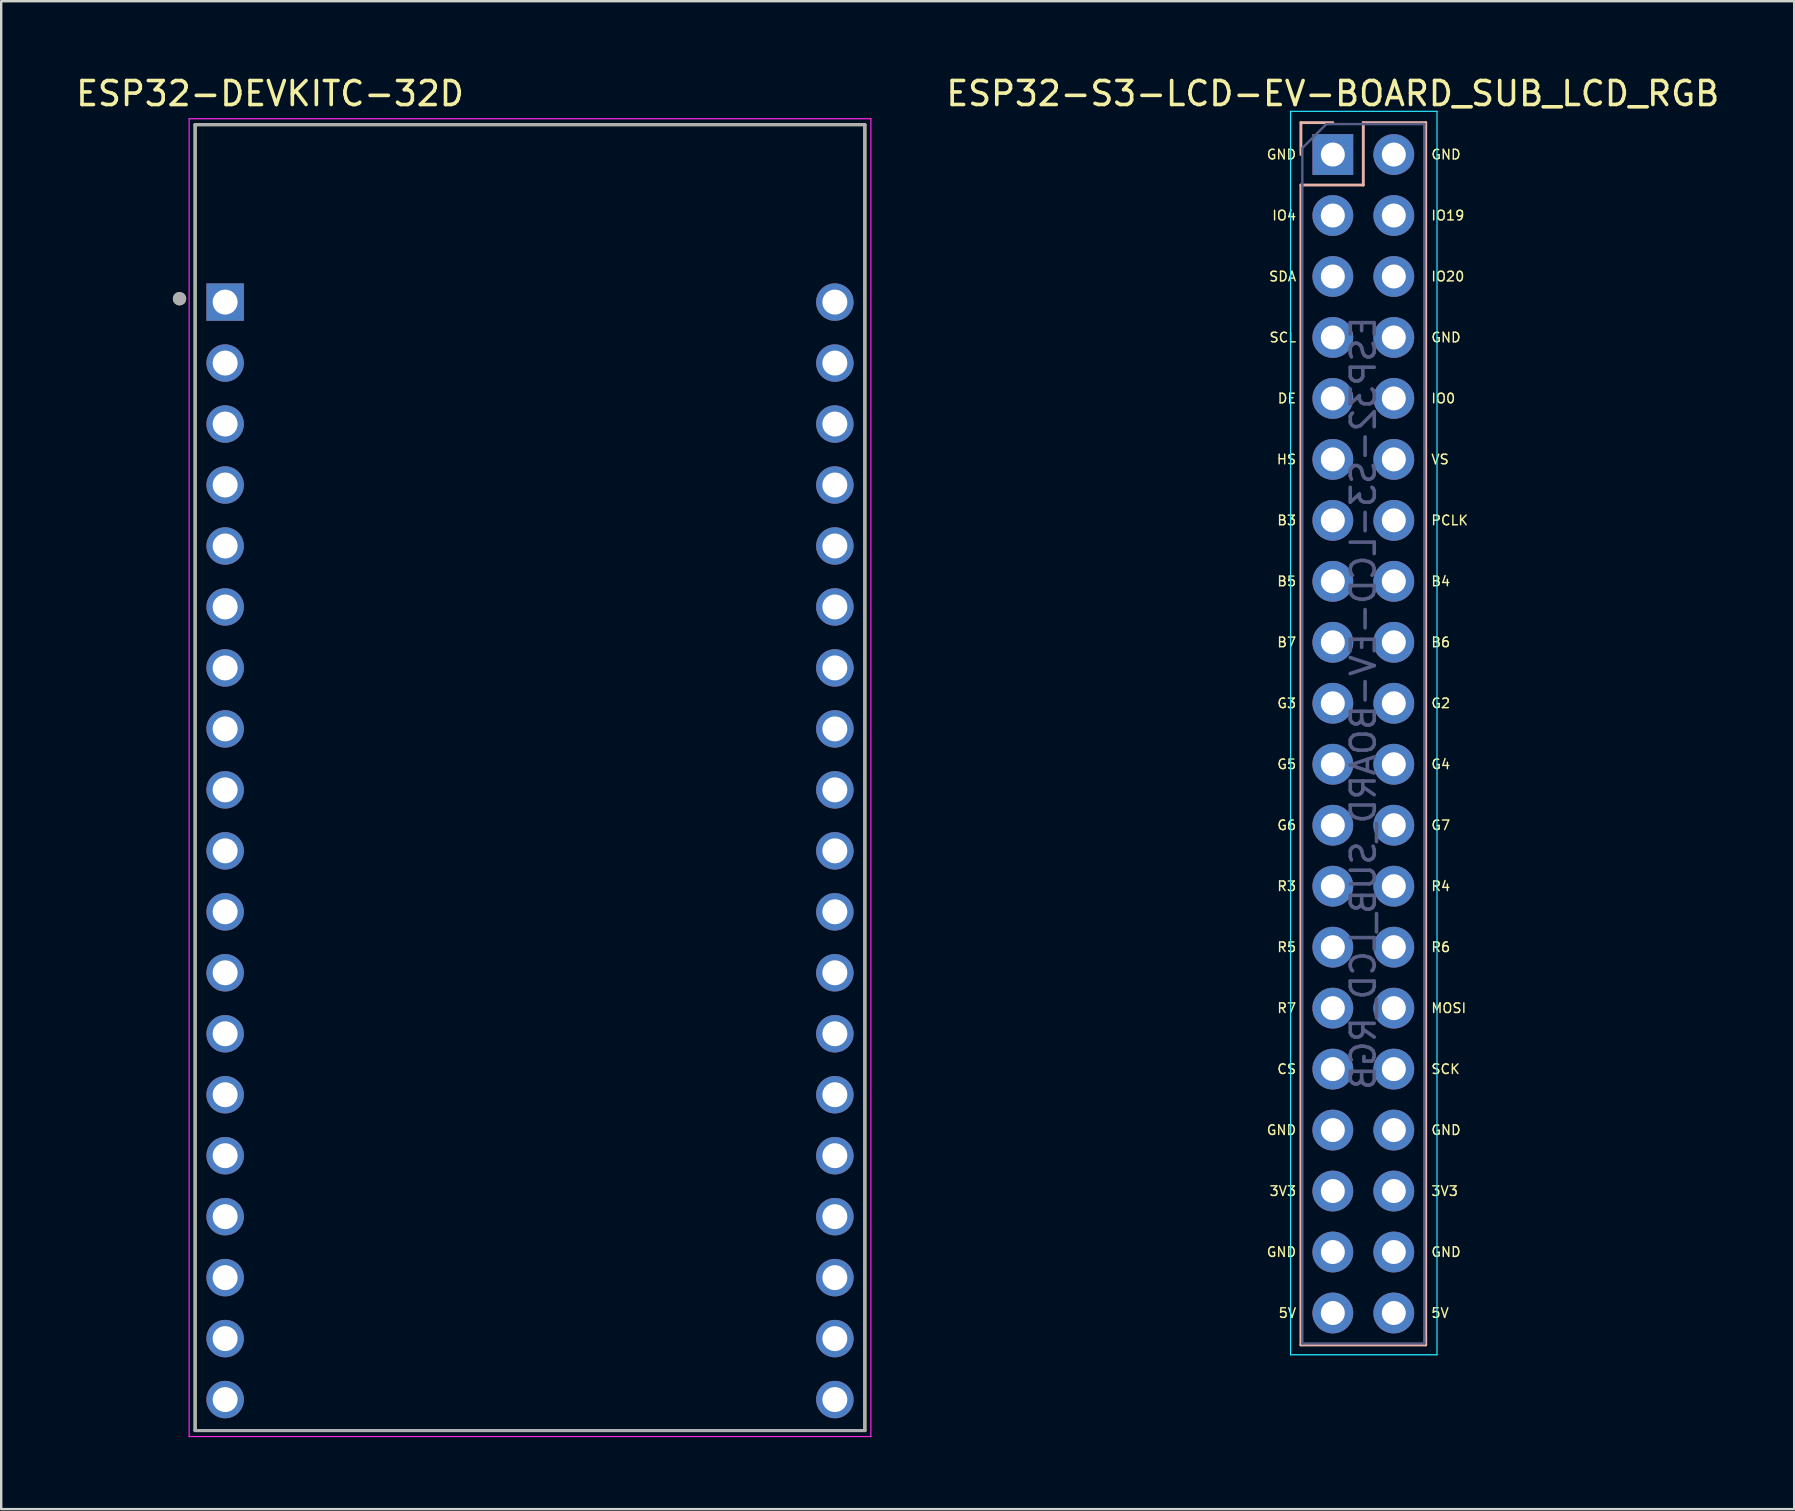
<source format=kicad_pcb>
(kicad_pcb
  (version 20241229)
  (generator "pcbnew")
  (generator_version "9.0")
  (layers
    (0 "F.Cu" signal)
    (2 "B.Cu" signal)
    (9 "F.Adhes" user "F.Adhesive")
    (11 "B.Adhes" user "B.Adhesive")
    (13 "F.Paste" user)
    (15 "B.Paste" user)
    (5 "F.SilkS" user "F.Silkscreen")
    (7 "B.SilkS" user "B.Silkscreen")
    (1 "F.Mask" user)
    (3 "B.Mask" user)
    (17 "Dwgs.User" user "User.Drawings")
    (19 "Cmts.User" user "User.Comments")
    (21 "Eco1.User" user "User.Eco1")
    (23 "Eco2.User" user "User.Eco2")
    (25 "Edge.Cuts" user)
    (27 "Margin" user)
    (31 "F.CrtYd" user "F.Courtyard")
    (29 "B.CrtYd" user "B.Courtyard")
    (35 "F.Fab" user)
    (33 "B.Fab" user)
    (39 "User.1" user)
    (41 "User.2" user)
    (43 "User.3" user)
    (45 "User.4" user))
  (footprint "ESP32-S3-LCD-EV-BOARD_SUB_LCD_RGB"
    (layer "F.Cu")
    (at 52.474 3.388)
    (property "Reference" "ESP32-S3-LCD-EV-BOARD_SUB_LCD_RGB" (at 0 -2.54 0) (unlocked yes) (layer "F.SilkS") (effects (font (size 1 1) (thickness 0.15))))
    (attr through_hole)
    (fp_line (start -1.33 -1.33) (end -1.33 0) (stroke (width 0.12) (type solid)) (layer "B.SilkS"))
    (fp_line (start -1.33 1.27) (end -1.33 49.59) (stroke (width 0.12) (type solid)) (layer "B.SilkS"))
    (fp_line (start 0 -1.33) (end -1.33 -1.33) (stroke (width 0.12) (type solid)) (layer "B.SilkS"))
    (fp_line (start 1.27 -1.33) (end 1.27 1.27) (stroke (width 0.12) (type solid)) (layer "B.SilkS"))
    (fp_line (start 1.27 1.27) (end -1.33 1.27) (stroke (width 0.12) (type solid)) (layer "B.SilkS"))
    (fp_line (start 3.87 -1.33) (end 1.27 -1.33) (stroke (width 0.12) (type solid)) (layer "B.SilkS"))
    (fp_line (start 3.87 -1.33) (end 3.87 49.59) (stroke (width 0.12) (type solid)) (layer "B.SilkS"))
    (fp_line (start 3.87 49.59) (end -1.33 49.59) (stroke (width 0.12) (type solid)) (layer "B.SilkS"))
    (fp_line (start -1.76 -1.8) (end -1.76 50) (stroke (width 0.05) (type solid)) (layer "B.CrtYd"))
    (fp_line (start -1.76 50) (end 4.34 50) (stroke (width 0.05) (type solid)) (layer "B.CrtYd"))
    (fp_line (start 4.34 -1.8) (end -1.76 -1.8) (stroke (width 0.05) (type solid)) (layer "B.CrtYd"))
    (fp_line (start 4.34 50) (end 4.34 -1.8) (stroke (width 0.05) (type solid)) (layer "B.CrtYd"))
    (fp_line (start -1.27 -0.27) (end -1.27 49.53) (stroke (width 0.1) (type solid)) (layer "B.Fab"))
    (fp_line (start -1.27 49.53) (end 3.81 49.53) (stroke (width 0.1) (type solid)) (layer "B.Fab"))
    (fp_line (start -0.27 -1.27) (end -1.27 -0.27) (stroke (width 0.1) (type solid)) (layer "B.Fab"))
    (fp_line (start 3.81 -1.27) (end -0.27 -1.27) (stroke (width 0.1) (type solid)) (layer "B.Fab"))
    (fp_line (start 3.81 49.53) (end 3.81 -1.27) (stroke (width 0.1) (type solid)) (layer "B.Fab"))
    (fp_text user "G6" (at -1.921 27.94 0) (unlocked yes) (layer "F.SilkS") (effects (font (size 0.4 0.4) (thickness 0.06))))
    (fp_text user "DE" (at -1.911 10.16 0) (unlocked yes) (layer "F.SilkS") (effects (font (size 0.4 0.4) (thickness 0.06))))
    (fp_text user "R3" (at -1.921 30.48 0) (unlocked yes) (layer "F.SilkS") (effects (font (size 0.4 0.4) (thickness 0.06))))
    (fp_text user "VS" (at 4.467 12.7 0) (unlocked yes) (layer "F.SilkS") (effects (font (size 0.4 0.4) (thickness 0.06))))
    (fp_text user "3V3" (at -2.083 43.18 0) (unlocked yes) (layer "F.SilkS") (effects (font (size 0.4 0.4) (thickness 0.06))))
    (fp_text user "R5" (at -1.921 33.02 0) (unlocked yes) (layer "F.SilkS") (effects (font (size 0.4 0.4) (thickness 0.06))))
    (fp_text user "G5" (at -1.921 25.4 0) (unlocked yes) (layer "F.SilkS") (effects (font (size 0.4 0.4) (thickness 0.06))))
    (fp_text user "GND" (at 4.715 0 0) (unlocked yes) (layer "F.SilkS") (effects (font (size 0.4 0.4) (thickness 0.06))))
    (fp_text user "5V" (at 4.467 48.26 0) (unlocked yes) (layer "F.SilkS") (effects (font (size 0.4 0.4) (thickness 0.06))))
    (fp_text user "G4" (at 4.496 25.4 0) (unlocked yes) (layer "F.SilkS") (effects (font (size 0.4 0.4) (thickness 0.06))))
    (fp_text user "HS" (at -1.93 12.7 0) (unlocked yes) (layer "F.SilkS") (effects (font (size 0.4 0.4) (thickness 0.06))))
    (fp_text user "GND" (at -2.14 0 0) (unlocked yes) (layer "F.SilkS") (effects (font (size 0.4 0.4) (thickness 0.06))))
    (fp_text user "GND" (at 4.715 45.72 0) (unlocked yes) (layer "F.SilkS") (effects (font (size 0.4 0.4) (thickness 0.06))))
    (fp_text user "SCK" (at 4.696 38.1 0) (unlocked yes) (layer "F.SilkS") (effects (font (size 0.4 0.4) (thickness 0.06))))
    (fp_text user "IO0" (at 4.601 10.16 0) (unlocked yes) (layer "F.SilkS") (effects (font (size 0.4 0.4) (thickness 0.06))))
    (fp_text user "R4" (at 4.496 30.48 0) (unlocked yes) (layer "F.SilkS") (effects (font (size 0.4 0.4) (thickness 0.06))))
    (fp_text user "B7" (at -1.921 20.32 0) (unlocked yes) (layer "F.SilkS") (effects (font (size 0.4 0.4) (thickness 0.06))))
    (fp_text user "B4" (at 4.496 17.78 0) (unlocked yes) (layer "F.SilkS") (effects (font (size 0.4 0.4) (thickness 0.06))))
    (fp_text user "PCLK" (at 4.867 15.24 0) (unlocked yes) (layer "F.SilkS") (effects (font (size 0.4 0.4) (thickness 0.06))))
    (fp_text user "SCL" (at -2.083 7.62 0) (unlocked yes) (layer "F.SilkS") (effects (font (size 0.4 0.4) (thickness 0.06))))
    (fp_text user "IO19" (at 4.791 2.54 0) (unlocked yes) (layer "F.SilkS") (effects (font (size 0.4 0.4) (thickness 0.06))))
    (fp_text user "5V" (at -1.892 48.26 0) (unlocked yes) (layer "F.SilkS") (effects (font (size 0.4 0.4) (thickness 0.06))))
    (fp_text user "GND" (at -2.14 40.64 0) (unlocked yes) (layer "F.SilkS") (effects (font (size 0.4 0.4) (thickness 0.06))))
    (fp_text user "GND" (at 4.715 7.62 0) (unlocked yes) (layer "F.SilkS") (effects (font (size 0.4 0.4) (thickness 0.06))))
    (fp_text user "IO4" (at -2.026 2.54 0) (unlocked yes) (layer "F.SilkS") (effects (font (size 0.4 0.4) (thickness 0.06))))
    (fp_text user "G2" (at 4.496 22.86 0) (unlocked yes) (layer "F.SilkS") (effects (font (size 0.4 0.4) (thickness 0.06))))
    (fp_text user "SDA" (at -2.092 5.08 0) (unlocked yes) (layer "F.SilkS") (effects (font (size 0.4 0.4) (thickness 0.06))))
    (fp_text user "B6" (at 4.496 20.32 0) (unlocked yes) (layer "F.SilkS") (effects (font (size 0.4 0.4) (thickness 0.06))))
    (fp_text user "B5" (at -1.921 17.78 0) (unlocked yes) (layer "F.SilkS") (effects (font (size 0.4 0.4) (thickness 0.06))))
    (fp_text user "G3" (at -1.921 22.86 0) (unlocked yes) (layer "F.SilkS") (effects (font (size 0.4 0.4) (thickness 0.06))))
    (fp_text user "B3" (at -1.921 15.24 0) (unlocked yes) (layer "F.SilkS") (effects (font (size 0.4 0.4) (thickness 0.06))))
    (fp_text user "R7" (at -1.921 35.56 0) (unlocked yes) (layer "F.SilkS") (effects (font (size 0.4 0.4) (thickness 0.06))))
    (fp_text user "IO20" (at 4.791 5.08 0) (unlocked yes) (layer "F.SilkS") (effects (font (size 0.4 0.4) (thickness 0.06))))
    (fp_text user "GND" (at -2.14 45.72 0) (unlocked yes) (layer "F.SilkS") (effects (font (size 0.4 0.4) (thickness 0.06))))
    (fp_text user "CS" (at -1.921 38.1 0) (unlocked yes) (layer "F.SilkS") (effects (font (size 0.4 0.4) (thickness 0.06))))
    (fp_text user "GND" (at 4.715 40.64 0) (unlocked yes) (layer "F.SilkS") (effects (font (size 0.4 0.4) (thickness 0.06))))
    (fp_text user "MOSI" (at 4.829 35.56 0) (unlocked yes) (layer "F.SilkS") (effects (font (size 0.4 0.4) (thickness 0.06))))
    (fp_text user "G7" (at 4.496 27.94 0) (unlocked yes) (layer "F.SilkS") (effects (font (size 0.4 0.4) (thickness 0.06))))
    (fp_text user "3V3" (at 4.658 43.18 0) (unlocked yes) (layer "F.SilkS") (effects (font (size 0.4 0.4) (thickness 0.06))))
    (fp_text user "R6" (at 4.496 33.02 0) (unlocked yes) (layer "F.SilkS") (effects (font (size 0.4 0.4) (thickness 0.06))))
    (fp_text user "${REFERENCE}" (at 1.27 22.86 270) (layer "B.Fab") (effects (font (size 1 1) (thickness 0.15)) (justify mirror)))
    (pad "1" thru_hole rect (at 0 0) (size 1.7 1.7) (drill 1) (layers "*.Cu" "*.Mask"))
    (pad "2" thru_hole oval (at 2.54 0) (size 1.7 1.7) (drill 1) (layers "*.Cu" "*.Mask"))
    (pad "3" thru_hole oval (at 0 2.54) (size 1.7 1.7) (drill 1) (layers "*.Cu" "*.Mask"))
    (pad "4" thru_hole oval (at 2.54 2.54) (size 1.7 1.7) (drill 1) (layers "*.Cu" "*.Mask"))
    (pad "5" thru_hole oval (at 0 5.08) (size 1.7 1.7) (drill 1) (layers "*.Cu" "*.Mask"))
    (pad "6" thru_hole oval (at 2.54 5.08) (size 1.7 1.7) (drill 1) (layers "*.Cu" "*.Mask"))
    (pad "7" thru_hole oval (at 0 7.62) (size 1.7 1.7) (drill 1) (layers "*.Cu" "*.Mask"))
    (pad "8" thru_hole oval (at 2.54 7.62) (size 1.7 1.7) (drill 1) (layers "*.Cu" "*.Mask"))
    (pad "9" thru_hole oval (at 0 10.16) (size 1.7 1.7) (drill 1) (layers "*.Cu" "*.Mask"))
    (pad "10" thru_hole oval (at 2.54 10.16) (size 1.7 1.7) (drill 1) (layers "*.Cu" "*.Mask"))
    (pad "11" thru_hole oval (at 0 12.7) (size 1.7 1.7) (drill 1) (layers "*.Cu" "*.Mask"))
    (pad "12" thru_hole oval (at 2.54 12.7) (size 1.7 1.7) (drill 1) (layers "*.Cu" "*.Mask"))
    (pad "13" thru_hole oval (at 0 15.24) (size 1.7 1.7) (drill 1) (layers "*.Cu" "*.Mask"))
    (pad "14" thru_hole oval (at 2.54 15.24) (size 1.7 1.7) (drill 1) (layers "*.Cu" "*.Mask"))
    (pad "15" thru_hole oval (at 0 17.78) (size 1.7 1.7) (drill 1) (layers "*.Cu" "*.Mask"))
    (pad "16" thru_hole oval (at 2.54 17.78) (size 1.7 1.7) (drill 1) (layers "*.Cu" "*.Mask"))
    (pad "17" thru_hole oval (at 0 20.32) (size 1.7 1.7) (drill 1) (layers "*.Cu" "*.Mask"))
    (pad "18" thru_hole oval (at 2.54 20.32) (size 1.7 1.7) (drill 1) (layers "*.Cu" "*.Mask"))
    (pad "19" thru_hole oval (at 0 22.86) (size 1.7 1.7) (drill 1) (layers "*.Cu" "*.Mask"))
    (pad "20" thru_hole oval (at 2.54 22.86) (size 1.7 1.7) (drill 1) (layers "*.Cu" "*.Mask"))
    (pad "21" thru_hole oval (at 0 25.4) (size 1.7 1.7) (drill 1) (layers "*.Cu" "*.Mask"))
    (pad "22" thru_hole oval (at 2.54 25.4) (size 1.7 1.7) (drill 1) (layers "*.Cu" "*.Mask"))
    (pad "23" thru_hole oval (at 0 27.94) (size 1.7 1.7) (drill 1) (layers "*.Cu" "*.Mask"))
    (pad "24" thru_hole oval (at 2.54 27.94) (size 1.7 1.7) (drill 1) (layers "*.Cu" "*.Mask"))
    (pad "25" thru_hole oval (at 0 30.48) (size 1.7 1.7) (drill 1) (layers "*.Cu" "*.Mask"))
    (pad "26" thru_hole oval (at 2.54 30.48) (size 1.7 1.7) (drill 1) (layers "*.Cu" "*.Mask"))
    (pad "27" thru_hole oval (at 0 33.02) (size 1.7 1.7) (drill 1) (layers "*.Cu" "*.Mask"))
    (pad "28" thru_hole oval (at 2.54 33.02) (size 1.7 1.7) (drill 1) (layers "*.Cu" "*.Mask"))
    (pad "29" thru_hole oval (at 0 35.56) (size 1.7 1.7) (drill 1) (layers "*.Cu" "*.Mask"))
    (pad "30" thru_hole oval (at 2.54 35.56) (size 1.7 1.7) (drill 1) (layers "*.Cu" "*.Mask"))
    (pad "31" thru_hole oval (at 0 38.1) (size 1.7 1.7) (drill 1) (layers "*.Cu" "*.Mask"))
    (pad "32" thru_hole oval (at 2.54 38.1) (size 1.7 1.7) (drill 1) (layers "*.Cu" "*.Mask"))
    (pad "33" thru_hole oval (at 0 40.64) (size 1.7 1.7) (drill 1) (layers "*.Cu" "*.Mask"))
    (pad "34" thru_hole oval (at 2.54 40.64) (size 1.7 1.7) (drill 1) (layers "*.Cu" "*.Mask"))
    (pad "35" thru_hole oval (at 0 43.18) (size 1.7 1.7) (drill 1) (layers "*.Cu" "*.Mask"))
    (pad "36" thru_hole oval (at 2.54 43.18) (size 1.7 1.7) (drill 1) (layers "*.Cu" "*.Mask"))
    (pad "37" thru_hole oval (at 0 45.72) (size 1.7 1.7) (drill 1) (layers "*.Cu" "*.Mask"))
    (pad "38" thru_hole oval (at 2.54 45.72) (size 1.7 1.7) (drill 1) (layers "*.Cu" "*.Mask"))
    (pad "39" thru_hole oval (at 0 48.26) (size 1.7 1.7) (drill 1) (layers "*.Cu" "*.Mask"))
    (pad "40" thru_hole oval (at 2.54 48.26) (size 1.7 1.7) (drill 1) (layers "*.Cu" "*.Mask")))
  (footprint "ESP32-DEVKITC-32D"
    (layer "F.Cu")
    (at 19.029 29.295)
    (property "Reference" "ESP32-DEVKITC-32D" (at -10.829 -28.446 0) (layer "F.SilkS") (effects (font (size 1 1) (thickness 0.15))))
    (attr through_hole)
    (fp_line (start -13.95 -27.15) (end 13.95 -27.15) (stroke (width 0.127) (type solid)) (layer "F.SilkS"))
    (fp_line (start -13.95 27.25) (end -13.95 -27.15) (stroke (width 0.127) (type solid)) (layer "F.SilkS"))
    (fp_line (start 13.95 -27.15) (end 13.95 27.25) (stroke (width 0.127) (type solid)) (layer "F.SilkS"))
    (fp_line (start 13.95 27.25) (end -13.95 27.25) (stroke (width 0.127) (type solid)) (layer "F.SilkS"))
    (fp_line (start -14.2 -27.4) (end 14.2 -27.4) (stroke (width 0.05) (type solid)) (layer "F.CrtYd"))
    (fp_line (start -14.2 27.5) (end -14.2 -27.4) (stroke (width 0.05) (type solid)) (layer "F.CrtYd"))
    (fp_line (start 14.2 -27.4) (end 14.2 27.5) (stroke (width 0.05) (type solid)) (layer "F.CrtYd"))
    (fp_line (start 14.2 27.5) (end -14.2 27.5) (stroke (width 0.05) (type solid)) (layer "F.CrtYd"))
    (fp_line (start -13.95 -27.15) (end 13.95 -27.15) (stroke (width 0.127) (type solid)) (layer "F.Fab"))
    (fp_line (start -13.95 27.25) (end -13.95 -27.15) (stroke (width 0.127) (type solid)) (layer "F.Fab"))
    (fp_line (start 13.95 -27.15) (end 13.95 27.25) (stroke (width 0.127) (type solid)) (layer "F.Fab"))
    (fp_line (start 13.95 27.25) (end -13.95 27.25) (stroke (width 0.127) (type solid)) (layer "F.Fab"))
    (fp_circle (center -14.6 -19.9) (end -14.46 -19.9) (stroke (width 0.28) (type solid)) (fill no) (layer "F.Fab"))
    (fp_circle (center -14.6 -19.9) (end -14.46 -19.9) (stroke (width 0.28) (type solid)) (fill no) (layer "F.Fab"))
    (pad "1" thru_hole rect (at -12.7 -19.76) (size 1.56 1.56) (drill 1.04) (layers "*.Cu" "*.Mask"))
    (pad "2" thru_hole circle (at -12.7 -17.22) (size 1.56 1.56) (drill 1.04) (layers "*.Cu" "*.Mask"))
    (pad "3" thru_hole circle (at -12.7 -14.68) (size 1.56 1.56) (drill 1.04) (layers "*.Cu" "*.Mask"))
    (pad "4" thru_hole circle (at -12.7 -12.14) (size 1.56 1.56) (drill 1.04) (layers "*.Cu" "*.Mask"))
    (pad "5" thru_hole circle (at -12.7 -9.6) (size 1.56 1.56) (drill 1.04) (layers "*.Cu" "*.Mask"))
    (pad "6" thru_hole circle (at -12.7 -7.06) (size 1.56 1.56) (drill 1.04) (layers "*.Cu" "*.Mask"))
    (pad "7" thru_hole circle (at -12.7 -4.52) (size 1.56 1.56) (drill 1.04) (layers "*.Cu" "*.Mask"))
    (pad "8" thru_hole circle (at -12.7 -1.98) (size 1.56 1.56) (drill 1.04) (layers "*.Cu" "*.Mask"))
    (pad "9" thru_hole circle (at -12.7 0.56) (size 1.56 1.56) (drill 1.04) (layers "*.Cu" "*.Mask"))
    (pad "10" thru_hole circle (at -12.7 3.1) (size 1.56 1.56) (drill 1.04) (layers "*.Cu" "*.Mask"))
    (pad "11" thru_hole circle (at -12.7 5.64) (size 1.56 1.56) (drill 1.04) (layers "*.Cu" "*.Mask"))
    (pad "12" thru_hole circle (at -12.7 8.18) (size 1.56 1.56) (drill 1.04) (layers "*.Cu" "*.Mask"))
    (pad "13" thru_hole circle (at -12.7 10.72) (size 1.56 1.56) (drill 1.04) (layers "*.Cu" "*.Mask"))
    (pad "14" thru_hole circle (at -12.7 13.26) (size 1.56 1.56) (drill 1.04) (layers "*.Cu" "*.Mask"))
    (pad "15" thru_hole circle (at -12.7 15.8) (size 1.56 1.56) (drill 1.04) (layers "*.Cu" "*.Mask"))
    (pad "16" thru_hole circle (at -12.7 18.34) (size 1.56 1.56) (drill 1.04) (layers "*.Cu" "*.Mask"))
    (pad "17" thru_hole circle (at -12.7 20.88) (size 1.56 1.56) (drill 1.04) (layers "*.Cu" "*.Mask"))
    (pad "18" thru_hole circle (at -12.7 23.42) (size 1.56 1.56) (drill 1.04) (layers "*.Cu" "*.Mask"))
    (pad "19" thru_hole circle (at -12.7 25.96) (size 1.56 1.56) (drill 1.04) (layers "*.Cu" "*.Mask"))
    (pad "20" thru_hole circle (at 12.7 -19.76) (size 1.56 1.56) (drill 1.04) (layers "*.Cu" "*.Mask"))
    (pad "21" thru_hole circle (at 12.7 -17.22) (size 1.56 1.56) (drill 1.04) (layers "*.Cu" "*.Mask"))
    (pad "22" thru_hole circle (at 12.7 -14.68) (size 1.56 1.56) (drill 1.04) (layers "*.Cu" "*.Mask"))
    (pad "23" thru_hole circle (at 12.7 -12.14) (size 1.56 1.56) (drill 1.04) (layers "*.Cu" "*.Mask"))
    (pad "24" thru_hole circle (at 12.7 -9.6) (size 1.56 1.56) (drill 1.04) (layers "*.Cu" "*.Mask"))
    (pad "25" thru_hole circle (at 12.7 -7.06) (size 1.56 1.56) (drill 1.04) (layers "*.Cu" "*.Mask"))
    (pad "26" thru_hole circle (at 12.7 -4.52) (size 1.56 1.56) (drill 1.04) (layers "*.Cu" "*.Mask"))
    (pad "27" thru_hole circle (at 12.7 -1.98) (size 1.56 1.56) (drill 1.04) (layers "*.Cu" "*.Mask"))
    (pad "28" thru_hole circle (at 12.7 0.56) (size 1.56 1.56) (drill 1.04) (layers "*.Cu" "*.Mask"))
    (pad "29" thru_hole circle (at 12.7 3.1) (size 1.56 1.56) (drill 1.04) (layers "*.Cu" "*.Mask"))
    (pad "30" thru_hole circle (at 12.7 5.64) (size 1.56 1.56) (drill 1.04) (layers "*.Cu" "*.Mask"))
    (pad "31" thru_hole circle (at 12.7 8.18) (size 1.56 1.56) (drill 1.04) (layers "*.Cu" "*.Mask"))
    (pad "32" thru_hole circle (at 12.7 10.72) (size 1.56 1.56) (drill 1.04) (layers "*.Cu" "*.Mask"))
    (pad "33" thru_hole circle (at 12.7 13.26) (size 1.56 1.56) (drill 1.04) (layers "*.Cu" "*.Mask"))
    (pad "34" thru_hole circle (at 12.7 15.8) (size 1.56 1.56) (drill 1.04) (layers "*.Cu" "*.Mask"))
    (pad "35" thru_hole circle (at 12.7 18.34) (size 1.56 1.56) (drill 1.04) (layers "*.Cu" "*.Mask"))
    (pad "36" thru_hole circle (at 12.7 20.88) (size 1.56 1.56) (drill 1.04) (layers "*.Cu" "*.Mask"))
    (pad "37" thru_hole circle (at 12.7 23.42) (size 1.56 1.56) (drill 1.04) (layers "*.Cu" "*.Mask"))
    (pad "38" thru_hole circle (at 12.7 25.96) (size 1.56 1.56) (drill 1.04) (layers "*.Cu" "*.Mask")))
  (gr_rect
    (start -3 -3)
    (end 71.694 59.82)
    (stroke (width 0.1) (type default))
    (fill no)
    (layer "Edge.Cuts")))
</source>
